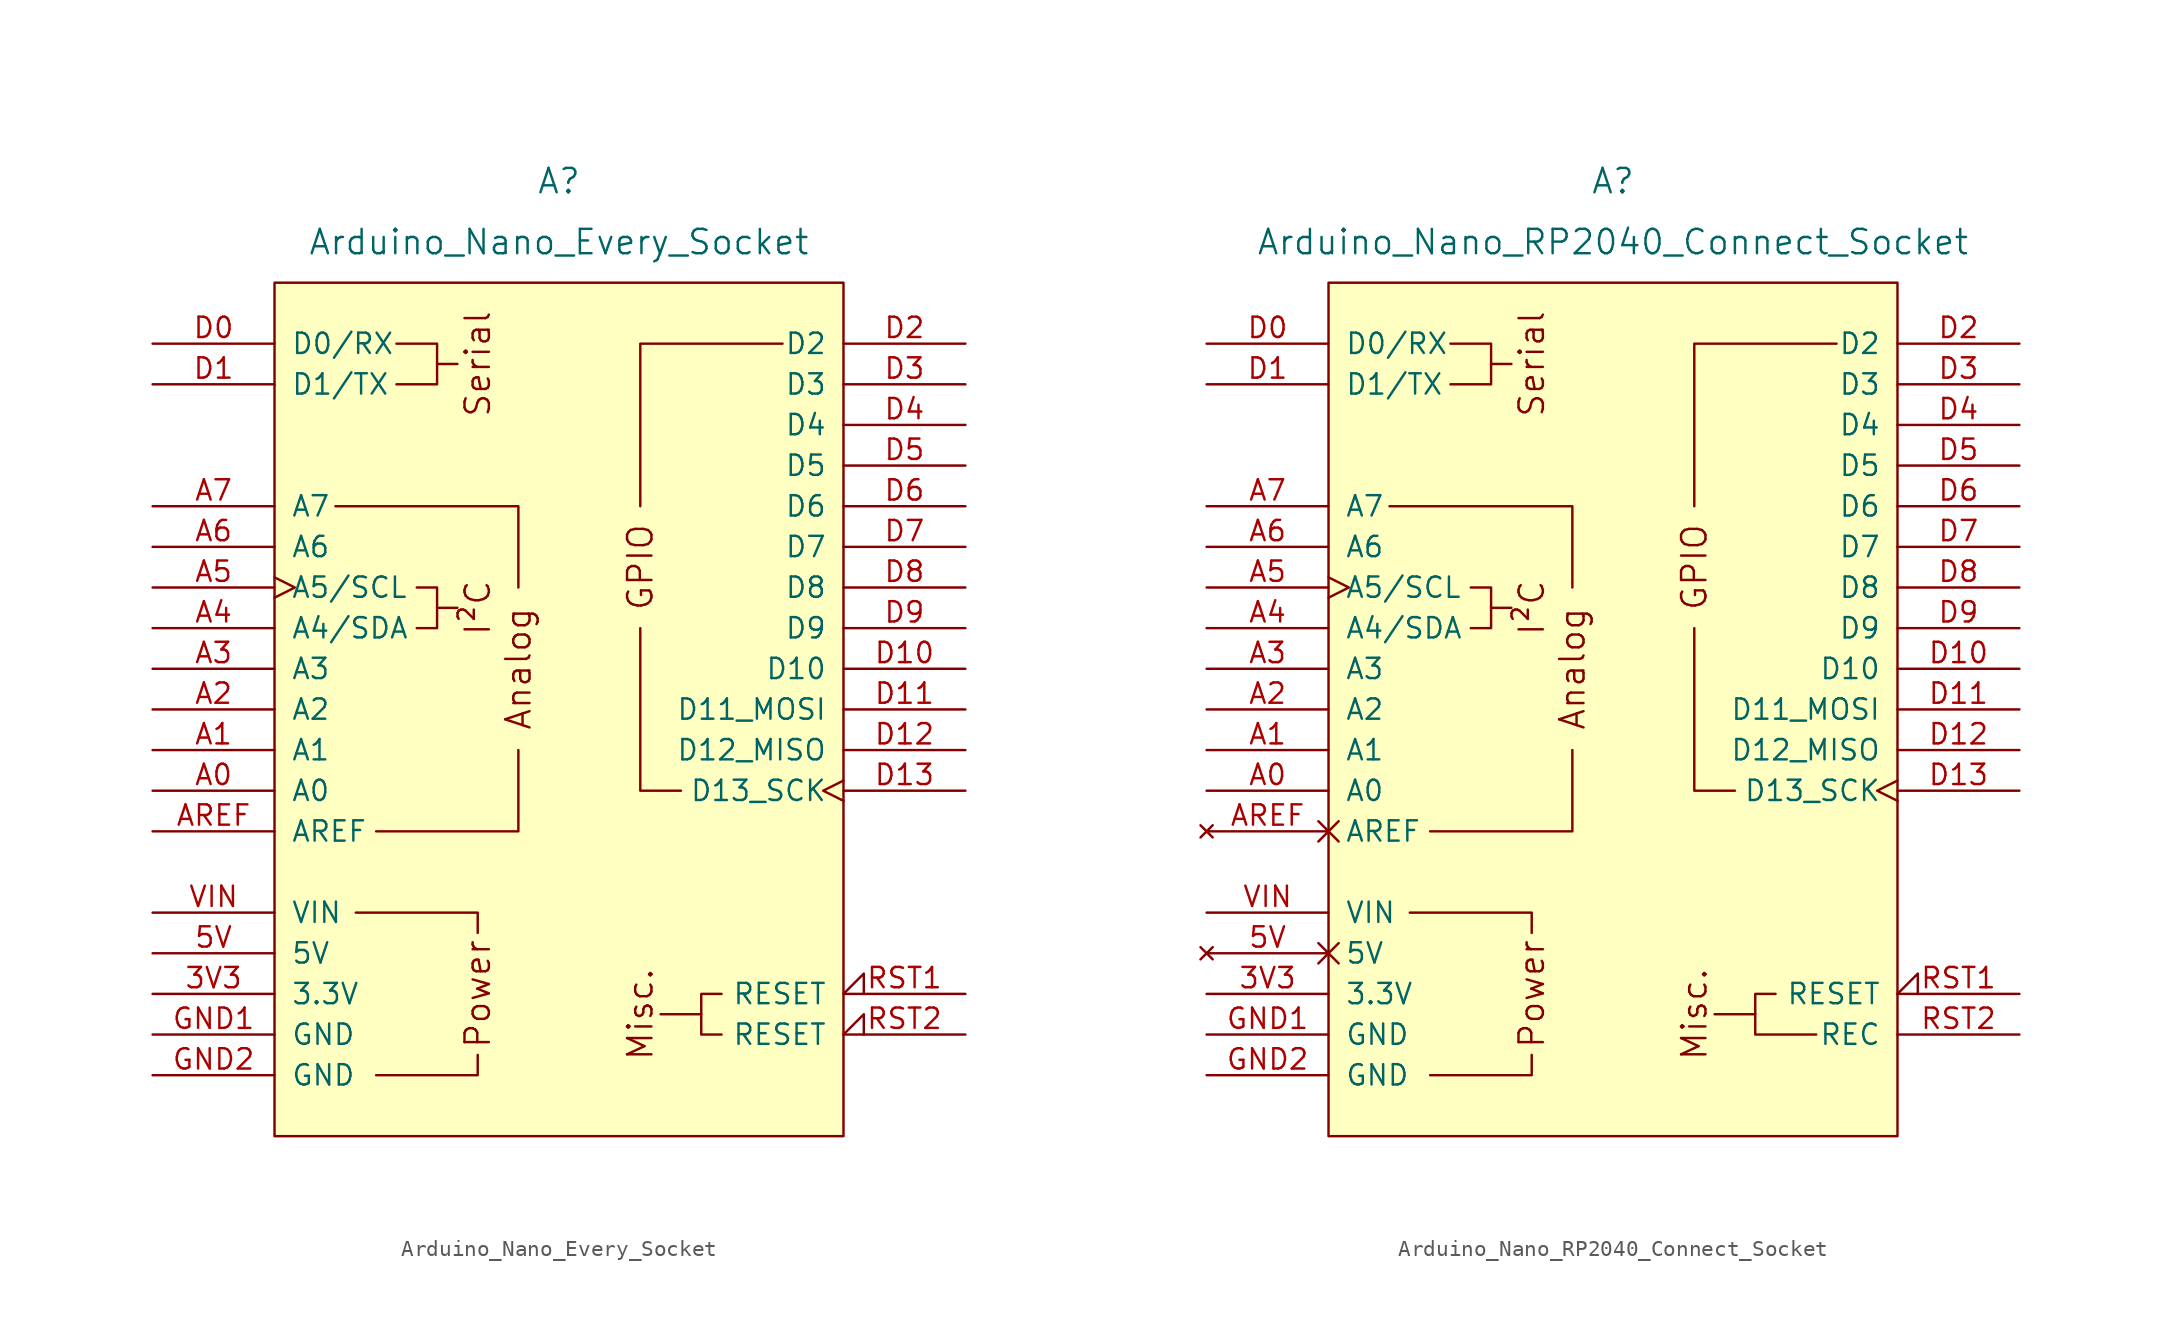
<source format=kicad_sym>
(kicad_symbol_lib
  (version 20220914)
  (generator kicad_symbol_editor)
  (symbol "Arduino_Nano_Every_Socket"
    (pin_names
      (offset 1.016))
    (property "Reference" "A"
      (at 0 33.02 0)
      (effects (font (size 1.524 1.524))))
    (property "Value" "Arduino_Nano_Every_Socket"
      (at 0 29.21 0)
      (effects (font (size 1.524 1.524))))
    (symbol "Arduino_Nano_Every_Socket_0_0"
      (rectangle (start -17.78 26.67) (end 17.78 -26.67) (stroke (width 0) (type default)) (fill (type background)))
      (polyline (pts (xy -7.62 6.35) (xy -6.35 6.35)) (stroke (width 0) (type default)) (fill (type none)))
      (polyline (pts (xy -7.62 21.59) (xy -6.35 21.59)) (stroke (width 0) (type default)) (fill (type none)))
      (polyline (pts (xy 8.89 -19.05) (xy 6.35 -19.05)) (stroke (width 0) (type default)) (fill (type none)))
      (polyline (pts (xy -11.43 -22.86) (xy -5.08 -22.86) (xy -5.08 -21.59)) (stroke (width 0) (type default)) (fill (type none)))
      (polyline (pts (xy -5.08 -13.97) (xy -5.08 -12.7) (xy -12.7 -12.7)) (stroke (width 0) (type default)) (fill (type none)))
      (polyline (pts (xy -10.16 22.86) (xy -7.62 22.86) (xy -7.62 20.32) (xy -10.16 20.32)) (stroke (width 0) (type default)) (fill (type none)))
      (polyline (pts (xy -8.89 7.62) (xy -7.62 7.62) (xy -7.62 5.08) (xy -8.89 5.08)) (stroke (width 0) (type default)) (fill (type none)))
      (text "Analog" (at -2.54 2.54 900) (effects (font (size 1.524 1.524))))
      (text "I²C" (at -5.08 6.35 900) (effects (font (size 1.524 1.524))))
      (text "Misc." (at 5.08 -19.05 900) (effects (font (size 1.524 1.524))))
      (text "Power" (at -5.08 -17.78 900) (effects (font (size 1.524 1.524))))
      (text "Serial" (at -5.08 21.59 900) (effects (font (size 1.524 1.524)))))
    (symbol "Arduino_Nano_Every_Socket_0_1"
      (polyline (pts (xy -13.97 12.7) (xy -2.54 12.7) (xy -2.54 7.62)) (stroke (width 0) (type default)) (fill (type none)))
      (polyline (pts (xy -11.43 -7.62) (xy -2.54 -7.62) (xy -2.54 -2.54)) (stroke (width 0) (type default)) (fill (type none)))
      (polyline (pts (xy 7.62 -5.08) (xy 5.08 -5.08) (xy 5.08 5.08)) (stroke (width 0) (type default)) (fill (type none)))
      (polyline (pts (xy 13.97 22.86) (xy 5.08 22.86) (xy 5.08 12.7)) (stroke (width 0) (type default)) (fill (type none)))
      (polyline (pts (xy 10.16 -17.78) (xy 8.89 -17.78) (xy 8.89 -20.32) (xy 10.16 -20.32)) (stroke (width 0) (type default)) (fill (type none))))
    (symbol "Arduino_Nano_Every_Socket_1_0"
      (text "GPIO" (at 5.08 8.89 900) (effects (font (size 1.524 1.524)))))
    (symbol "Arduino_Nano_Every_Socket_1_1"
      (pin power_out line (at -25.4 -17.78 0) (length 7.62) (name "3.3V" (effects (font (size 1.27 1.27)))) (number "3V3" (effects (font (size 1.27 1.27)))))
      (pin power_in line (at -25.4 -15.24 0) (length 7.62) (name "5V" (effects (font (size 1.27 1.27)))) (number "5V" (effects (font (size 1.27 1.27)))))
      (pin bidirectional line (at -25.4 -5.08 0) (length 7.62) (name "A0" (effects (font (size 1.27 1.27)))) (number "A0" (effects (font (size 1.27 1.27)))))
      (pin bidirectional line (at -25.4 -2.54 0) (length 7.62) (name "A1" (effects (font (size 1.27 1.27)))) (number "A1" (effects (font (size 1.27 1.27)))))
      (pin bidirectional line (at -25.4 0 0) (length 7.62) (name "A2" (effects (font (size 1.27 1.27)))) (number "A2" (effects (font (size 1.27 1.27)))))
      (pin bidirectional line (at -25.4 2.54 0) (length 7.62) (name "A3" (effects (font (size 1.27 1.27)))) (number "A3" (effects (font (size 1.27 1.27)))))
      (pin bidirectional line (at -25.4 5.08 0) (length 7.62) (name "A4/SDA" (effects (font (size 1.27 1.27)))) (number "A4" (effects (font (size 1.27 1.27)))))
      (pin bidirectional clock (at -25.4 7.62 0) (length 7.62) (name "A5/SCL" (effects (font (size 1.27 1.27)))) (number "A5" (effects (font (size 1.27 1.27)))))
      (pin input line (at -25.4 10.16 0) (length 7.62) (name "A6" (effects (font (size 1.27 1.27)))) (number "A6" (effects (font (size 1.27 1.27)))))
      (pin input line (at -25.4 12.7 0) (length 7.62) (name "A7" (effects (font (size 1.27 1.27)))) (number "A7" (effects (font (size 1.27 1.27)))))
      (pin input line (at -25.4 -7.62 0) (length 7.62) (name "AREF" (effects (font (size 1.27 1.27)))) (number "AREF" (effects (font (size 1.27 1.27)))))
      (pin bidirectional line (at -25.4 22.86 0) (length 7.62) (name "D0/RX" (effects (font (size 1.27 1.27)))) (number "D0" (effects (font (size 1.27 1.27)))))
      (pin bidirectional line (at -25.4 20.32 0) (length 7.62) (name "D1/TX" (effects (font (size 1.27 1.27)))) (number "D1" (effects (font (size 1.27 1.27)))))
      (pin bidirectional line (at 25.4 2.54 180) (length 7.62) (name "D10" (effects (font (size 1.27 1.27)))) (number "D10" (effects (font (size 1.27 1.27)))))
      (pin bidirectional line (at 25.4 0 180) (length 7.62) (name "D11_MOSI" (effects (font (size 1.27 1.27)))) (number "D11" (effects (font (size 1.27 1.27)))))
      (pin bidirectional line (at 25.4 -2.54 180) (length 7.62) (name "D12_MISO" (effects (font (size 1.27 1.27)))) (number "D12" (effects (font (size 1.27 1.27)))))
      (pin bidirectional clock (at 25.4 -5.08 180) (length 7.62) (name "D13_SCK" (effects (font (size 1.27 1.27)))) (number "D13" (effects (font (size 1.27 1.27)))))
      (pin bidirectional line (at 25.4 22.86 180) (length 7.62) (name "D2" (effects (font (size 1.27 1.27)))) (number "D2" (effects (font (size 1.27 1.27)))))
      (pin bidirectional line (at 25.4 20.32 180) (length 7.62) (name "D3" (effects (font (size 1.27 1.27)))) (number "D3" (effects (font (size 1.27 1.27)))))
      (pin bidirectional line (at 25.4 17.78 180) (length 7.62) (name "D4" (effects (font (size 1.27 1.27)))) (number "D4" (effects (font (size 1.27 1.27)))))
      (pin bidirectional line (at 25.4 15.24 180) (length 7.62) (name "D5" (effects (font (size 1.27 1.27)))) (number "D5" (effects (font (size 1.27 1.27)))))
      (pin bidirectional line (at 25.4 12.7 180) (length 7.62) (name "D6" (effects (font (size 1.27 1.27)))) (number "D6" (effects (font (size 1.27 1.27)))))
      (pin bidirectional line (at 25.4 10.16 180) (length 7.62) (name "D7" (effects (font (size 1.27 1.27)))) (number "D7" (effects (font (size 1.27 1.27)))))
      (pin bidirectional line (at 25.4 7.62 180) (length 7.62) (name "D8" (effects (font (size 1.27 1.27)))) (number "D8" (effects (font (size 1.27 1.27)))))
      (pin bidirectional line (at 25.4 5.08 180) (length 7.62) (name "D9" (effects (font (size 1.27 1.27)))) (number "D9" (effects (font (size 1.27 1.27)))))
      (pin power_in line (at -25.4 -20.32 0) (length 7.62) (name "GND" (effects (font (size 1.27 1.27)))) (number "GND1" (effects (font (size 1.27 1.27)))))
      (pin power_in line (at -25.4 -22.86 0) (length 7.62) (name "GND" (effects (font (size 1.27 1.27)))) (number "GND2" (effects (font (size 1.27 1.27)))))
      (pin open_collector input_low (at 25.4 -17.78 180) (length 7.62) (name "RESET" (effects (font (size 1.27 1.27)))) (number "RST1" (effects (font (size 1.27 1.27)))))
      (pin open_collector input_low (at 25.4 -20.32 180) (length 7.62) (name "RESET" (effects (font (size 1.27 1.27)))) (number "RST2" (effects (font (size 1.27 1.27)))))
      (pin power_in line (at -25.4 -12.7 0) (length 7.62) (name "VIN" (effects (font (size 1.27 1.27)))) (number "VIN" (effects (font (size 1.27 1.27)))))))
  (symbol "Arduino_Nano_RP2040_Connect_Socket"
    (pin_names
      (offset 1.016))
    (property "Reference" "A"
      (at 0 33.02 0)
      (effects (font (size 1.524 1.524))))
    (property "Value" "Arduino_Nano_RP2040_Connect_Socket"
      (at 0 29.21 0)
      (effects (font (size 1.524 1.524))))
    (symbol "Arduino_Nano_RP2040_Connect_Socket_0_0"
      (rectangle (start -17.78 26.67) (end 17.78 -26.67) (stroke (width 0) (type default)) (fill (type background)))
      (polyline (pts (xy -7.62 6.35) (xy -6.35 6.35)) (stroke (width 0) (type default)) (fill (type none)))
      (polyline (pts (xy -7.62 21.59) (xy -6.35 21.59)) (stroke (width 0) (type default)) (fill (type none)))
      (polyline (pts (xy 8.89 -19.05) (xy 6.35 -19.05)) (stroke (width 0) (type default)) (fill (type none)))
      (polyline (pts (xy -11.43 -22.86) (xy -5.08 -22.86) (xy -5.08 -21.59)) (stroke (width 0) (type default)) (fill (type none)))
      (polyline (pts (xy -5.08 -13.97) (xy -5.08 -12.7) (xy -12.7 -12.7)) (stroke (width 0) (type default)) (fill (type none)))
      (polyline (pts (xy -10.16 22.86) (xy -7.62 22.86) (xy -7.62 20.32) (xy -10.16 20.32)) (stroke (width 0) (type default)) (fill (type none)))
      (polyline (pts (xy -8.89 7.62) (xy -7.62 7.62) (xy -7.62 5.08) (xy -8.89 5.08)) (stroke (width 0) (type default)) (fill (type none)))
      (text "Analog" (at -2.54 2.54 900) (effects (font (size 1.524 1.524))))
      (text "I²C" (at -5.08 6.35 900) (effects (font (size 1.524 1.524))))
      (text "Misc." (at 5.08 -19.05 900) (effects (font (size 1.524 1.524))))
      (text "Power" (at -5.08 -17.78 900) (effects (font (size 1.524 1.524))))
      (text "Serial" (at -5.08 21.59 900) (effects (font (size 1.524 1.524)))))
    (symbol "Arduino_Nano_RP2040_Connect_Socket_0_1"
      (polyline (pts (xy -13.97 12.7) (xy -2.54 12.7) (xy -2.54 7.62)) (stroke (width 0) (type default)) (fill (type none)))
      (polyline (pts (xy -11.43 -7.62) (xy -2.54 -7.62) (xy -2.54 -2.54)) (stroke (width 0) (type default)) (fill (type none)))
      (polyline (pts (xy 7.62 -5.08) (xy 5.08 -5.08) (xy 5.08 5.08)) (stroke (width 0) (type default)) (fill (type none)))
      (polyline (pts (xy 13.97 22.86) (xy 5.08 22.86) (xy 5.08 12.7)) (stroke (width 0) (type default)) (fill (type none)))
      (polyline (pts (xy 10.16 -17.78) (xy 8.89 -17.78) (xy 8.89 -20.32) (xy 12.7 -20.32)) (stroke (width 0) (type default)) (fill (type none))))
    (symbol "Arduino_Nano_RP2040_Connect_Socket_1_0"
      (text "GPIO" (at 5.08 8.89 900) (effects (font (size 1.524 1.524)))))
    (symbol "Arduino_Nano_RP2040_Connect_Socket_1_1"
      (pin power_in line (at -25.4 -17.78 0) (length 7.62) (name "3.3V" (effects (font (size 1.27 1.27)))) (number "3V3" (effects (font (size 1.27 1.27)))))
      (pin no_connect non_logic (at -25.4 -15.24 0) (length 7.62) (name "5V" (effects (font (size 1.27 1.27)))) (number "5V" (effects (font (size 1.27 1.27)))))
      (pin bidirectional line (at -25.4 -5.08 0) (length 7.62) (name "A0" (effects (font (size 1.27 1.27)))) (number "A0" (effects (font (size 1.27 1.27)))))
      (pin bidirectional line (at -25.4 -2.54 0) (length 7.62) (name "A1" (effects (font (size 1.27 1.27)))) (number "A1" (effects (font (size 1.27 1.27)))))
      (pin bidirectional line (at -25.4 0 0) (length 7.62) (name "A2" (effects (font (size 1.27 1.27)))) (number "A2" (effects (font (size 1.27 1.27)))))
      (pin bidirectional line (at -25.4 2.54 0) (length 7.62) (name "A3" (effects (font (size 1.27 1.27)))) (number "A3" (effects (font (size 1.27 1.27)))))
      (pin bidirectional line (at -25.4 5.08 0) (length 7.62) (name "A4/SDA" (effects (font (size 1.27 1.27)))) (number "A4" (effects (font (size 1.27 1.27)))))
      (pin bidirectional clock (at -25.4 7.62 0) (length 7.62) (name "A5/SCL" (effects (font (size 1.27 1.27)))) (number "A5" (effects (font (size 1.27 1.27)))))
      (pin input line (at -25.4 10.16 0) (length 7.62) (name "A6" (effects (font (size 1.27 1.27)))) (number "A6" (effects (font (size 1.27 1.27)))))
      (pin input line (at -25.4 12.7 0) (length 7.62) (name "A7" (effects (font (size 1.27 1.27)))) (number "A7" (effects (font (size 1.27 1.27)))))
      (pin no_connect non_logic (at -25.4 -7.62 0) (length 7.62) (name "AREF" (effects (font (size 1.27 1.27)))) (number "AREF" (effects (font (size 1.27 1.27)))))
      (pin bidirectional line (at -25.4 22.86 0) (length 7.62) (name "D0/RX" (effects (font (size 1.27 1.27)))) (number "D0" (effects (font (size 1.27 1.27)))))
      (pin bidirectional line (at -25.4 20.32 0) (length 7.62) (name "D1/TX" (effects (font (size 1.27 1.27)))) (number "D1" (effects (font (size 1.27 1.27)))))
      (pin bidirectional line (at 25.4 2.54 180) (length 7.62) (name "D10" (effects (font (size 1.27 1.27)))) (number "D10" (effects (font (size 1.27 1.27)))))
      (pin bidirectional line (at 25.4 0 180) (length 7.62) (name "D11_MOSI" (effects (font (size 1.27 1.27)))) (number "D11" (effects (font (size 1.27 1.27)))))
      (pin bidirectional line (at 25.4 -2.54 180) (length 7.62) (name "D12_MISO" (effects (font (size 1.27 1.27)))) (number "D12" (effects (font (size 1.27 1.27)))))
      (pin bidirectional clock (at 25.4 -5.08 180) (length 7.62) (name "D13_SCK" (effects (font (size 1.27 1.27)))) (number "D13" (effects (font (size 1.27 1.27)))))
      (pin bidirectional line (at 25.4 22.86 180) (length 7.62) (name "D2" (effects (font (size 1.27 1.27)))) (number "D2" (effects (font (size 1.27 1.27)))))
      (pin bidirectional line (at 25.4 20.32 180) (length 7.62) (name "D3" (effects (font (size 1.27 1.27)))) (number "D3" (effects (font (size 1.27 1.27)))))
      (pin bidirectional line (at 25.4 17.78 180) (length 7.62) (name "D4" (effects (font (size 1.27 1.27)))) (number "D4" (effects (font (size 1.27 1.27)))))
      (pin bidirectional line (at 25.4 15.24 180) (length 7.62) (name "D5" (effects (font (size 1.27 1.27)))) (number "D5" (effects (font (size 1.27 1.27)))))
      (pin bidirectional line (at 25.4 12.7 180) (length 7.62) (name "D6" (effects (font (size 1.27 1.27)))) (number "D6" (effects (font (size 1.27 1.27)))))
      (pin bidirectional line (at 25.4 10.16 180) (length 7.62) (name "D7" (effects (font (size 1.27 1.27)))) (number "D7" (effects (font (size 1.27 1.27)))))
      (pin bidirectional line (at 25.4 7.62 180) (length 7.62) (name "D8" (effects (font (size 1.27 1.27)))) (number "D8" (effects (font (size 1.27 1.27)))))
      (pin bidirectional line (at 25.4 5.08 180) (length 7.62) (name "D9" (effects (font (size 1.27 1.27)))) (number "D9" (effects (font (size 1.27 1.27)))))
      (pin power_in line (at -25.4 -20.32 0) (length 7.62) (name "GND" (effects (font (size 1.27 1.27)))) (number "GND1" (effects (font (size 1.27 1.27)))))
      (pin power_in line (at -25.4 -22.86 0) (length 7.62) (name "GND" (effects (font (size 1.27 1.27)))) (number "GND2" (effects (font (size 1.27 1.27)))))
      (pin open_collector input_low (at 25.4 -17.78 180) (length 7.62) (name "RESET" (effects (font (size 1.27 1.27)))) (number "RST1" (effects (font (size 1.27 1.27)))))
      (pin bidirectional line (at 25.4 -20.32 180) (length 7.62) (name "REC" (effects (font (size 1.27 1.27)))) (number "RST2" (effects (font (size 1.27 1.27)))))
      (pin power_in line (at -25.4 -12.7 0) (length 7.62) (name "VIN" (effects (font (size 1.27 1.27)))) (number "VIN" (effects (font (size 1.27 1.27))))))))
</source>
